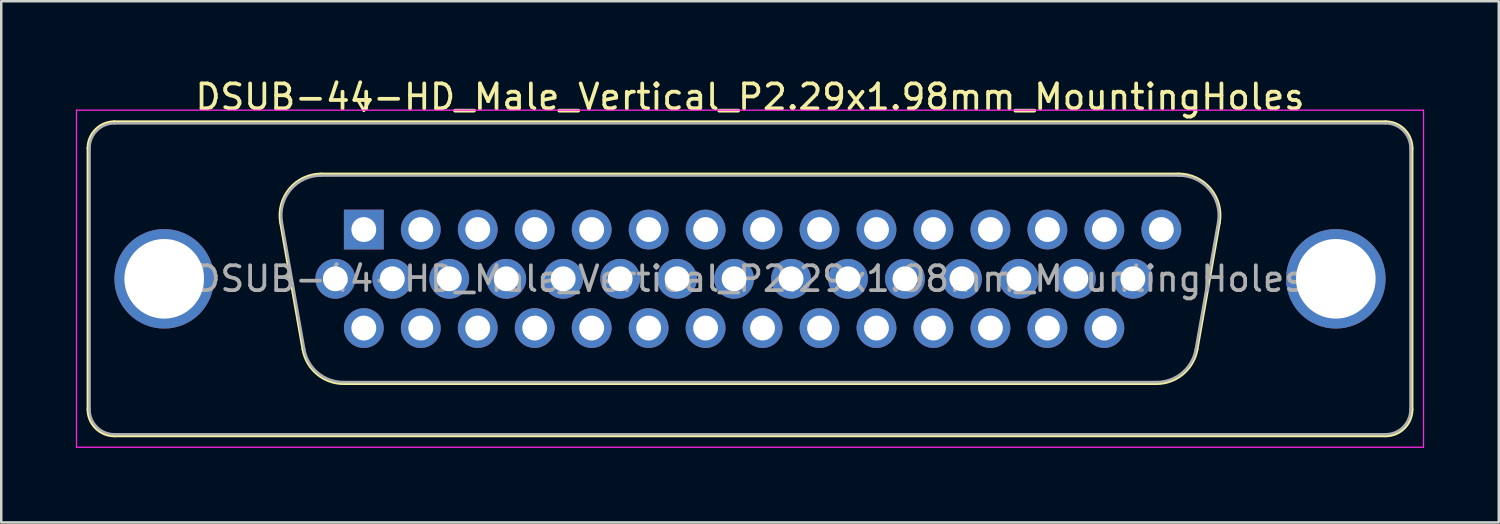
<source format=kicad_pcb>
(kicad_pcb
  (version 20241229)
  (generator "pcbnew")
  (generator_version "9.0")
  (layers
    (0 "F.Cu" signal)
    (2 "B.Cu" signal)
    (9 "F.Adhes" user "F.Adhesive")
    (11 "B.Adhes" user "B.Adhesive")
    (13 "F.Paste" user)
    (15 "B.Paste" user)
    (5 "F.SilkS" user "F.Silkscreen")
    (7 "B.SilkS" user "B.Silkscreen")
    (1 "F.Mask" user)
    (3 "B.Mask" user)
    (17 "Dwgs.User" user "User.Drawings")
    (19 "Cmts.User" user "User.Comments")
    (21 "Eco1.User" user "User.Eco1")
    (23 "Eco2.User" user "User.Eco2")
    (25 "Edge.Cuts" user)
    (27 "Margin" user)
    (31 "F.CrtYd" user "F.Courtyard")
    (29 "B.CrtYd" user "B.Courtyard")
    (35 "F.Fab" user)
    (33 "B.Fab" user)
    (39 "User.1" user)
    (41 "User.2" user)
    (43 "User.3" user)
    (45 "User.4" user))
  (footprint "DSUB-44-HD_Male_Vertical_P2.29x1.98mm_MountingHoles"
    (layer "F.Cu")
    (at 11.575 6.178)
    (property "Reference" "DSUB-44-HD_Male_Vertical_P2.29x1.98mm_MountingHoles" (at 15.525 -5.33 0) (layer "F.SilkS") (effects (font (size 1 1) (thickness 0.15))))
    (attr through_hole)
    (fp_line (start -11.085 7.23) (end -11.085 -3.27) (stroke (width 0.12) (type solid)) (layer "F.SilkS"))
    (fp_line (start -10.025 -4.33) (end 41.075 -4.33) (stroke (width 0.12) (type solid)) (layer "F.SilkS"))
    (fp_line (start -3.341 -0.282) (end -2.442 4.818) (stroke (width 0.12) (type solid)) (layer "F.SilkS"))
    (fp_line (start -1.707 -2.23) (end 32.757 -2.23) (stroke (width 0.12) (type solid)) (layer "F.SilkS"))
    (fp_line (start -0.807 6.19) (end 31.857 6.19) (stroke (width 0.12) (type solid)) (layer "F.SilkS"))
    (fp_line (start -0.25 -5.224) (end 0.25 -5.224) (stroke (width 0.12) (type solid)) (layer "F.SilkS"))
    (fp_line (start 0 -4.791) (end -0.25 -5.224) (stroke (width 0.12) (type solid)) (layer "F.SilkS"))
    (fp_line (start 0.25 -5.224) (end 0 -4.791) (stroke (width 0.12) (type solid)) (layer "F.SilkS"))
    (fp_line (start 34.391 -0.282) (end 33.492 4.818) (stroke (width 0.12) (type solid)) (layer "F.SilkS"))
    (fp_line (start 41.075 8.29) (end -10.025 8.29) (stroke (width 0.12) (type solid)) (layer "F.SilkS"))
    (fp_line (start 42.135 -3.27) (end 42.135 7.23) (stroke (width 0.12) (type solid)) (layer "F.SilkS"))
    (fp_arc (start -11.085 -3.27) (mid -10.774533 -4.019533) (end -10.025 -4.33) (stroke (width 0.12) (type solid)) (layer "F.SilkS"))
    (fp_arc (start -10.025 8.29) (mid -10.774533 7.979533) (end -11.085 7.23) (stroke (width 0.12) (type solid)) (layer "F.SilkS"))
    (fp_arc (start -3.34147 -0.281744) (mid -2.978323 -1.637028) (end -1.706689 -2.23) (stroke (width 0.12) (type solid)) (layer "F.SilkS"))
    (fp_arc (start -0.807421 6.19) (mid -1.874448 5.801634) (end -2.442202 4.818256) (stroke (width 0.12) (type solid)) (layer "F.SilkS"))
    (fp_arc (start 32.756689 -2.23) (mid 34.028323 -1.637027) (end 34.39147 -0.281744) (stroke (width 0.12) (type solid)) (layer "F.SilkS"))
    (fp_arc (start 33.492202 4.818256) (mid 32.924449 5.801634) (end 31.857421 6.19) (stroke (width 0.12) (type solid)) (layer "F.SilkS"))
    (fp_arc (start 41.075 -4.33) (mid 41.824533 -4.019533) (end 42.135 -3.27) (stroke (width 0.12) (type solid)) (layer "F.SilkS"))
    (fp_arc (start 42.135 7.23) (mid 41.824533 7.979533) (end 41.075 8.29) (stroke (width 0.12) (type solid)) (layer "F.SilkS"))
    (fp_line (start -11.55 -4.8) (end -11.55 8.75) (stroke (width 0.05) (type solid)) (layer "F.CrtYd"))
    (fp_line (start -11.55 8.75) (end 42.6 8.75) (stroke (width 0.05) (type solid)) (layer "F.CrtYd"))
    (fp_line (start 42.6 -4.8) (end -11.55 -4.8) (stroke (width 0.05) (type solid)) (layer "F.CrtYd"))
    (fp_line (start 42.6 8.75) (end 42.6 -4.8) (stroke (width 0.05) (type solid)) (layer "F.CrtYd"))
    (fp_line (start -11.025 7.23) (end -11.025 -3.27) (stroke (width 0.1) (type solid)) (layer "F.Fab"))
    (fp_line (start -10.025 -4.27) (end 41.075 -4.27) (stroke (width 0.1) (type solid)) (layer "F.Fab"))
    (fp_line (start -3.294 -0.292) (end -2.395 4.808) (stroke (width 0.1) (type solid)) (layer "F.Fab"))
    (fp_line (start -1.718 -2.17) (end 32.768 -2.17) (stroke (width 0.1) (type solid)) (layer "F.Fab"))
    (fp_line (start -0.819 6.13) (end 31.869 6.13) (stroke (width 0.1) (type solid)) (layer "F.Fab"))
    (fp_line (start 34.344 -0.292) (end 33.445 4.808) (stroke (width 0.1) (type solid)) (layer "F.Fab"))
    (fp_line (start 41.075 8.23) (end -10.025 8.23) (stroke (width 0.1) (type solid)) (layer "F.Fab"))
    (fp_line (start 42.075 -3.27) (end 42.075 7.23) (stroke (width 0.1) (type solid)) (layer "F.Fab"))
    (fp_arc (start -11.025 -3.27) (mid -10.732107 -3.977107) (end -10.025 -4.27) (stroke (width 0.1) (type solid)) (layer "F.Fab"))
    (fp_arc (start -10.025 8.23) (mid -10.732107 7.937107) (end -11.025 7.23) (stroke (width 0.1) (type solid)) (layer "F.Fab"))
    (fp_arc (start -3.293886 -0.292163) (mid -2.943865 -1.59846) (end -1.718194 -2.17) (stroke (width 0.1) (type solid)) (layer "F.Fab"))
    (fp_arc (start -0.818927 6.13) (mid -1.847387 5.755671) (end -2.394619 4.807837) (stroke (width 0.1) (type solid)) (layer "F.Fab"))
    (fp_arc (start 32.768194 -2.17) (mid 33.993865 -1.59846) (end 34.343886 -0.292163) (stroke (width 0.1) (type solid)) (layer "F.Fab"))
    (fp_arc (start 33.444619 4.807837) (mid 32.897387 5.755671) (end 31.868927 6.13) (stroke (width 0.1) (type solid)) (layer "F.Fab"))
    (fp_arc (start 41.075 -4.27) (mid 41.782107 -3.977107) (end 42.075 -3.27) (stroke (width 0.1) (type solid)) (layer "F.Fab"))
    (fp_arc (start 42.075 7.23) (mid 41.782107 7.937107) (end 41.075 8.23) (stroke (width 0.1) (type solid)) (layer "F.Fab"))
    (fp_text user "${REFERENCE}" (at 15.525 1.98 0) (layer "F.Fab") (effects (font (size 1 1) (thickness 0.15))))
    (pad "0" thru_hole circle (at -8.025 1.98) (size 4 4) (drill 3.2) (layers "*.Cu" "*.Mask"))
    (pad "0" thru_hole circle (at 39.075 1.98) (size 4 4) (drill 3.2) (layers "*.Cu" "*.Mask"))
    (pad "1" thru_hole rect (at 0 0) (size 1.6 1.6) (drill 1) (layers "*.Cu" "*.Mask"))
    (pad "2" thru_hole circle (at 2.29 0) (size 1.6 1.6) (drill 1) (layers "*.Cu" "*.Mask"))
    (pad "3" thru_hole circle (at 4.58 0) (size 1.6 1.6) (drill 1) (layers "*.Cu" "*.Mask"))
    (pad "4" thru_hole circle (at 6.87 0) (size 1.6 1.6) (drill 1) (layers "*.Cu" "*.Mask"))
    (pad "5" thru_hole circle (at 9.16 0) (size 1.6 1.6) (drill 1) (layers "*.Cu" "*.Mask"))
    (pad "6" thru_hole circle (at 11.45 0) (size 1.6 1.6) (drill 1) (layers "*.Cu" "*.Mask"))
    (pad "7" thru_hole circle (at 13.74 0) (size 1.6 1.6) (drill 1) (layers "*.Cu" "*.Mask"))
    (pad "8" thru_hole circle (at 16.03 0) (size 1.6 1.6) (drill 1) (layers "*.Cu" "*.Mask"))
    (pad "9" thru_hole circle (at 18.32 0) (size 1.6 1.6) (drill 1) (layers "*.Cu" "*.Mask"))
    (pad "10" thru_hole circle (at 20.61 0) (size 1.6 1.6) (drill 1) (layers "*.Cu" "*.Mask"))
    (pad "11" thru_hole circle (at 22.9 0) (size 1.6 1.6) (drill 1) (layers "*.Cu" "*.Mask"))
    (pad "12" thru_hole circle (at 25.19 0) (size 1.6 1.6) (drill 1) (layers "*.Cu" "*.Mask"))
    (pad "13" thru_hole circle (at 27.48 0) (size 1.6 1.6) (drill 1) (layers "*.Cu" "*.Mask"))
    (pad "14" thru_hole circle (at 29.77 0) (size 1.6 1.6) (drill 1) (layers "*.Cu" "*.Mask"))
    (pad "15" thru_hole circle (at 32.06 0) (size 1.6 1.6) (drill 1) (layers "*.Cu" "*.Mask"))
    (pad "16" thru_hole circle (at -1.145 1.98) (size 1.6 1.6) (drill 1) (layers "*.Cu" "*.Mask"))
    (pad "17" thru_hole circle (at 1.145 1.98) (size 1.6 1.6) (drill 1) (layers "*.Cu" "*.Mask"))
    (pad "18" thru_hole circle (at 3.435 1.98) (size 1.6 1.6) (drill 1) (layers "*.Cu" "*.Mask"))
    (pad "19" thru_hole circle (at 5.725 1.98) (size 1.6 1.6) (drill 1) (layers "*.Cu" "*.Mask"))
    (pad "20" thru_hole circle (at 8.015 1.98) (size 1.6 1.6) (drill 1) (layers "*.Cu" "*.Mask"))
    (pad "21" thru_hole circle (at 10.305 1.98) (size 1.6 1.6) (drill 1) (layers "*.Cu" "*.Mask"))
    (pad "22" thru_hole circle (at 12.595 1.98) (size 1.6 1.6) (drill 1) (layers "*.Cu" "*.Mask"))
    (pad "23" thru_hole circle (at 14.885 1.98) (size 1.6 1.6) (drill 1) (layers "*.Cu" "*.Mask"))
    (pad "24" thru_hole circle (at 17.175 1.98) (size 1.6 1.6) (drill 1) (layers "*.Cu" "*.Mask"))
    (pad "25" thru_hole circle (at 19.465 1.98) (size 1.6 1.6) (drill 1) (layers "*.Cu" "*.Mask"))
    (pad "26" thru_hole circle (at 21.755 1.98) (size 1.6 1.6) (drill 1) (layers "*.Cu" "*.Mask"))
    (pad "27" thru_hole circle (at 24.045 1.98) (size 1.6 1.6) (drill 1) (layers "*.Cu" "*.Mask"))
    (pad "28" thru_hole circle (at 26.335 1.98) (size 1.6 1.6) (drill 1) (layers "*.Cu" "*.Mask"))
    (pad "29" thru_hole circle (at 28.625 1.98) (size 1.6 1.6) (drill 1) (layers "*.Cu" "*.Mask"))
    (pad "30" thru_hole circle (at 30.915 1.98) (size 1.6 1.6) (drill 1) (layers "*.Cu" "*.Mask"))
    (pad "31" thru_hole circle (at 0 3.96) (size 1.6 1.6) (drill 1) (layers "*.Cu" "*.Mask"))
    (pad "32" thru_hole circle (at 2.29 3.96) (size 1.6 1.6) (drill 1) (layers "*.Cu" "*.Mask"))
    (pad "33" thru_hole circle (at 4.58 3.96) (size 1.6 1.6) (drill 1) (layers "*.Cu" "*.Mask"))
    (pad "34" thru_hole circle (at 6.87 3.96) (size 1.6 1.6) (drill 1) (layers "*.Cu" "*.Mask"))
    (pad "35" thru_hole circle (at 9.16 3.96) (size 1.6 1.6) (drill 1) (layers "*.Cu" "*.Mask"))
    (pad "36" thru_hole circle (at 11.45 3.96) (size 1.6 1.6) (drill 1) (layers "*.Cu" "*.Mask"))
    (pad "37" thru_hole circle (at 13.74 3.96) (size 1.6 1.6) (drill 1) (layers "*.Cu" "*.Mask"))
    (pad "38" thru_hole circle (at 16.03 3.96) (size 1.6 1.6) (drill 1) (layers "*.Cu" "*.Mask"))
    (pad "39" thru_hole circle (at 18.32 3.96) (size 1.6 1.6) (drill 1) (layers "*.Cu" "*.Mask"))
    (pad "40" thru_hole circle (at 20.61 3.96) (size 1.6 1.6) (drill 1) (layers "*.Cu" "*.Mask"))
    (pad "41" thru_hole circle (at 22.9 3.96) (size 1.6 1.6) (drill 1) (layers "*.Cu" "*.Mask"))
    (pad "42" thru_hole circle (at 25.19 3.96) (size 1.6 1.6) (drill 1) (layers "*.Cu" "*.Mask"))
    (pad "43" thru_hole circle (at 27.48 3.96) (size 1.6 1.6) (drill 1) (layers "*.Cu" "*.Mask"))
    (pad "44" thru_hole circle (at 29.77 3.96) (size 1.6 1.6) (drill 1) (layers "*.Cu" "*.Mask")))
  (gr_rect
    (start -3 -3)
    (end 57.2 17.953)
    (stroke (width 0.1) (type default))
    (fill no)
    (layer "Edge.Cuts")))
</source>
